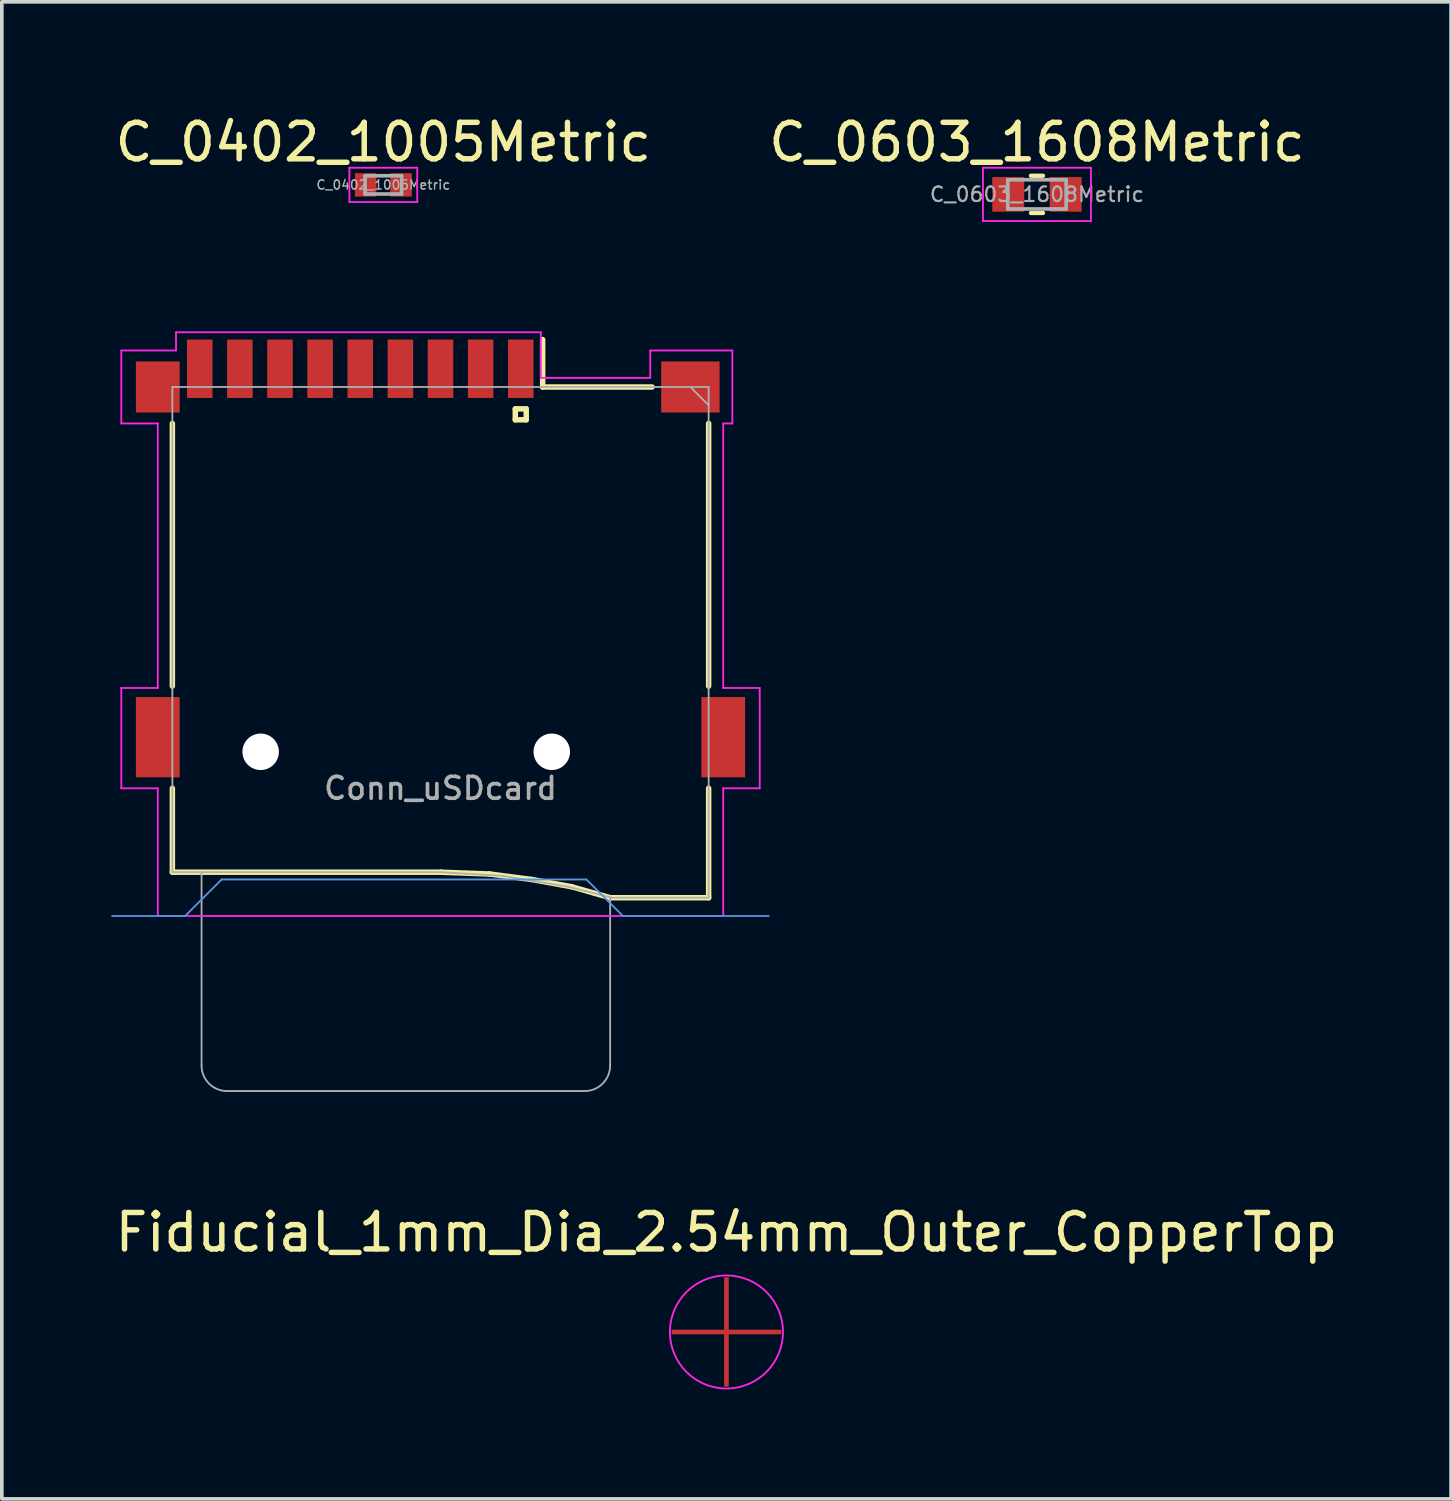
<source format=kicad_pcb>
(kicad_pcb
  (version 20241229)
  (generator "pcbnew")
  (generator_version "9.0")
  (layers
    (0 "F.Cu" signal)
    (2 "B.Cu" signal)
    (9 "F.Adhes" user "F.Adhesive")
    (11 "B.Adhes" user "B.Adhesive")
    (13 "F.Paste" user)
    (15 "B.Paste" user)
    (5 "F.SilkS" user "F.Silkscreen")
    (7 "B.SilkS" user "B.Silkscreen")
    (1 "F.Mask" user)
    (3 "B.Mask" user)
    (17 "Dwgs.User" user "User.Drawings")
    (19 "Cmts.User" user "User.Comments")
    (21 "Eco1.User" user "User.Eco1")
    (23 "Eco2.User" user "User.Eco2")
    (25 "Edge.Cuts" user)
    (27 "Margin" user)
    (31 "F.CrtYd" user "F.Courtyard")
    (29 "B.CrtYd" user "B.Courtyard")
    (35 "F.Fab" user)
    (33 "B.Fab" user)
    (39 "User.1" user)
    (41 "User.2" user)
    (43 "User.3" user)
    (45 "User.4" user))
  (footprint "C_0603_1608Metric"
    (layer "F.Cu")
    (at 25.375 2.278)
    (property "Reference" "C_0603_1608Metric" (at 0 -1.43 0) (layer "F.SilkS") (effects (font (size 1 1) (thickness 0.15))))
    (attr smd)
    (fp_line (start -0.163 -0.51) (end 0.163 -0.51) (stroke (width 0.12) (type solid)) (layer "F.SilkS"))
    (fp_line (start -0.163 0.51) (end 0.163 0.51) (stroke (width 0.12) (type solid)) (layer "F.SilkS"))
    (fp_line (start -1.48 -0.73) (end 1.48 -0.73) (stroke (width 0.05) (type solid)) (layer "F.CrtYd"))
    (fp_line (start -1.48 0.73) (end -1.48 -0.73) (stroke (width 0.05) (type solid)) (layer "F.CrtYd"))
    (fp_line (start 1.48 -0.73) (end 1.48 0.73) (stroke (width 0.05) (type solid)) (layer "F.CrtYd"))
    (fp_line (start 1.48 0.73) (end -1.48 0.73) (stroke (width 0.05) (type solid)) (layer "F.CrtYd"))
    (fp_line (start -0.8 -0.4) (end 0.8 -0.4) (stroke (width 0.1) (type solid)) (layer "F.Fab"))
    (fp_line (start -0.8 0.4) (end -0.8 -0.4) (stroke (width 0.1) (type solid)) (layer "F.Fab"))
    (fp_line (start 0.8 -0.4) (end 0.8 0.4) (stroke (width 0.1) (type solid)) (layer "F.Fab"))
    (fp_line (start 0.8 0.4) (end -0.8 0.4) (stroke (width 0.1) (type solid)) (layer "F.Fab"))
    (fp_text user "${REFERENCE}" (at 0 0 0) (layer "F.Fab") (effects (font (size 0.4 0.4) (thickness 0.06))))
    (pad "1" smd rect (at -0.787 0) (size 0.875 0.95) (layers "F.Cu" "F.Mask" "F.Paste"))
    (pad "2" smd rect (at 0.787 0) (size 0.875 0.95) (layers "F.Cu" "F.Mask" "F.Paste")))
  (footprint "Conn_uSDcard"
    (layer "F.Cu")
    (at 9.025 17.558)
    (property "Reference" "Conn_uSDcard" (at 0 1 180) (layer "F.Fab") (effects (font (size 0.6 0.6) (thickness 0.1))))
    (attr smd)
    (fp_line (start -7.35 -1.8) (end -7.35 -9) (stroke (width 0.15) (type solid)) (layer "F.SilkS"))
    (fp_line (start -7.35 1) (end -7.35 3.3) (stroke (width 0.15) (type solid)) (layer "F.SilkS"))
    (fp_line (start -7.35 3.3) (end 0 3.3) (stroke (width 0.15) (type solid)) (layer "F.SilkS"))
    (fp_line (start 0 3.3) (end 1.35 3.35) (stroke (width 0.15) (type solid)) (layer "F.SilkS"))
    (fp_line (start 1.35 3.35) (end 2.5 3.5) (stroke (width 0.15) (type solid)) (layer "F.SilkS"))
    (fp_line (start 2.05 -9.4) (end 2.05 -9.1) (stroke (width 0.15) (type solid)) (layer "F.SilkS"))
    (fp_line (start 2.05 -9.1) (end 2.35 -9.1) (stroke (width 0.15) (type solid)) (layer "F.SilkS"))
    (fp_line (start 2.35 -9.4) (end 2.05 -9.4) (stroke (width 0.15) (type solid)) (layer "F.SilkS"))
    (fp_line (start 2.35 -9.1) (end 2.35 -9.4) (stroke (width 0.15) (type solid)) (layer "F.SilkS"))
    (fp_line (start 2.5 3.5) (end 3.6 3.7) (stroke (width 0.15) (type solid)) (layer "F.SilkS"))
    (fp_line (start 2.8 -10) (end 2.8 -11.3) (stroke (width 0.15) (type solid)) (layer "F.SilkS"))
    (fp_line (start 2.8 -10) (end 5.8 -10) (stroke (width 0.15) (type solid)) (layer "F.SilkS"))
    (fp_line (start 3.6 3.7) (end 4.65 4) (stroke (width 0.15) (type solid)) (layer "F.SilkS"))
    (fp_line (start 4.65 4) (end 7.35 4) (stroke (width 0.15) (type solid)) (layer "F.SilkS"))
    (fp_line (start 7.35 -9) (end 7.35 -1.8) (stroke (width 0.15) (type solid)) (layer "F.SilkS"))
    (fp_line (start 7.35 4) (end 7.35 1) (stroke (width 0.15) (type solid)) (layer "F.SilkS"))
    (fp_line (start -9 4.5) (end -7 4.5) (stroke (width 0.05) (type solid)) (layer "Cmts.User"))
    (fp_line (start -7 4.5) (end -6 3.5) (stroke (width 0.05) (type solid)) (layer "Cmts.User"))
    (fp_line (start -6 3.5) (end 4 3.5) (stroke (width 0.05) (type solid)) (layer "Cmts.User"))
    (fp_line (start 4 3.5) (end 5 4.5) (stroke (width 0.05) (type solid)) (layer "Cmts.User"))
    (fp_line (start 5 4.5) (end 9 4.5) (stroke (width 0.05) (type solid)) (layer "Cmts.User"))
    (fp_line (start -8.75 -11) (end -7.25 -11) (stroke (width 0.05) (type solid)) (layer "F.CrtYd"))
    (fp_line (start -8.75 -9) (end -8.75 -11) (stroke (width 0.05) (type solid)) (layer "F.CrtYd"))
    (fp_line (start -8.75 -1.75) (end -7.75 -1.75) (stroke (width 0.05) (type solid)) (layer "F.CrtYd"))
    (fp_line (start -8.75 1) (end -8.75 -1.75) (stroke (width 0.05) (type solid)) (layer "F.CrtYd"))
    (fp_line (start -7.75 -9) (end -8.75 -9) (stroke (width 0.05) (type solid)) (layer "F.CrtYd"))
    (fp_line (start -7.75 -1.75) (end -7.75 -9) (stroke (width 0.05) (type solid)) (layer "F.CrtYd"))
    (fp_line (start -7.75 1) (end -8.75 1) (stroke (width 0.05) (type solid)) (layer "F.CrtYd"))
    (fp_line (start -7.75 4.5) (end -7.75 1) (stroke (width 0.05) (type solid)) (layer "F.CrtYd"))
    (fp_line (start -7.75 4.5) (end 7.75 4.5) (stroke (width 0.05) (type solid)) (layer "F.CrtYd"))
    (fp_line (start -7.25 -11.5) (end 2.75 -11.5) (stroke (width 0.05) (type solid)) (layer "F.CrtYd"))
    (fp_line (start -7.25 -11) (end -7.25 -11.5) (stroke (width 0.05) (type solid)) (layer "F.CrtYd"))
    (fp_line (start 2.75 -11.5) (end 2.75 -10.25) (stroke (width 0.05) (type solid)) (layer "F.CrtYd"))
    (fp_line (start 2.75 -10.25) (end 5.75 -10.25) (stroke (width 0.05) (type solid)) (layer "F.CrtYd"))
    (fp_line (start 5.75 -11) (end 8 -11) (stroke (width 0.05) (type solid)) (layer "F.CrtYd"))
    (fp_line (start 5.75 -10.25) (end 5.75 -11) (stroke (width 0.05) (type solid)) (layer "F.CrtYd"))
    (fp_line (start 7.75 -9) (end 7.75 -1.75) (stroke (width 0.05) (type solid)) (layer "F.CrtYd"))
    (fp_line (start 7.75 -1.75) (end 8.75 -1.75) (stroke (width 0.05) (type solid)) (layer "F.CrtYd"))
    (fp_line (start 7.75 1) (end 7.75 4.5) (stroke (width 0.05) (type solid)) (layer "F.CrtYd"))
    (fp_line (start 8 -11) (end 8 -9) (stroke (width 0.05) (type solid)) (layer "F.CrtYd"))
    (fp_line (start 8 -9) (end 7.75 -9) (stroke (width 0.05) (type solid)) (layer "F.CrtYd"))
    (fp_line (start 8.75 -1.75) (end 8.75 1) (stroke (width 0.05) (type solid)) (layer "F.CrtYd"))
    (fp_line (start 8.75 1) (end 7.75 1) (stroke (width 0.05) (type solid)) (layer "F.CrtYd"))
    (fp_line (start -7.35 -10) (end -7.35 3.3) (stroke (width 0.05) (type solid)) (layer "F.Fab"))
    (fp_line (start -7.35 -10) (end 7.35 -10) (stroke (width 0.05) (type solid)) (layer "F.Fab"))
    (fp_line (start -7.35 3.3) (end 0 3.3) (stroke (width 0.05) (type solid)) (layer "F.Fab"))
    (fp_line (start -6.55 8.6) (end -6.55 3.3) (stroke (width 0.05) (type solid)) (layer "F.Fab"))
    (fp_line (start -5.85 9.3) (end 3.95 9.3) (stroke (width 0.05) (type solid)) (layer "F.Fab"))
    (fp_line (start 0 3.3) (end 1.7 3.4) (stroke (width 0.05) (type solid)) (layer "F.Fab"))
    (fp_line (start 1.7 3.4) (end 3.5 3.7) (stroke (width 0.05) (type solid)) (layer "F.Fab"))
    (fp_line (start 3.5 3.7) (end 4.7 4) (stroke (width 0.05) (type solid)) (layer "F.Fab"))
    (fp_line (start 4.65 4) (end 7.35 4) (stroke (width 0.05) (type solid)) (layer "F.Fab"))
    (fp_line (start 4.65 8.6) (end 4.65 4) (stroke (width 0.05) (type solid)) (layer "F.Fab"))
    (fp_line (start 7.35 -10) (end 7.35 4) (stroke (width 0.05) (type solid)) (layer "F.Fab"))
    (fp_line (start 7.35 -9.5) (end 6.85 -10) (stroke (width 0.05) (type solid)) (layer "F.Fab"))
    (fp_arc (start -5.85 9.3) (mid -6.344975 9.094975) (end -6.55 8.6) (stroke (width 0.05) (type solid)) (layer "F.Fab"))
    (fp_arc (start 4.65 8.6) (mid 4.444975 9.094975) (end 3.95 9.3) (stroke (width 0.05) (type solid)) (layer "F.Fab"))
    (fp_text user "${REFERENCE}" (at 2.1 -9.35 180) (layer "Eco1.User") (effects (font (size 0.3 0.3) (thickness 0.03))))
    (pad "" np_thru_hole circle (at -4.93 0) (size 1 1) (drill 1) (layers "*.Cu"))
    (pad "" np_thru_hole circle (at 3.05 0) (size 1 1) (drill 1) (layers "*.Cu"))
    (pad "1" smd rect (at 2.2 -10.5) (size 0.7 1.6) (layers "F.Cu" "F.Mask" "F.Paste"))
    (pad "2" smd rect (at 1.1 -10.5) (size 0.7 1.6) (layers "F.Cu" "F.Mask" "F.Paste"))
    (pad "3" smd rect (at 0 -10.5) (size 0.7 1.6) (layers "F.Cu" "F.Mask" "F.Paste"))
    (pad "4" smd rect (at -1.1 -10.5) (size 0.7 1.6) (layers "F.Cu" "F.Mask" "F.Paste"))
    (pad "5" smd rect (at -2.2 -10.5) (size 0.7 1.6) (layers "F.Cu" "F.Mask" "F.Paste"))
    (pad "6" smd rect (at -7.75 -10) (size 1.2 1.4) (layers "F.Cu" "F.Mask" "F.Paste"))
    (pad "6" smd rect (at -7.75 -0.4) (size 1.2 2.2) (layers "F.Cu" "F.Mask" "F.Paste"))
    (pad "6" smd rect (at -3.3 -10.5) (size 0.7 1.6) (layers "F.Cu" "F.Mask" "F.Paste"))
    (pad "6" smd rect (at 6.85 -10) (size 1.6 1.4) (layers "F.Cu" "F.Mask" "F.Paste"))
    (pad "6" smd rect (at 7.75 -0.4) (size 1.2 2.2) (layers "F.Cu" "F.Mask" "F.Paste"))
    (pad "7" smd rect (at -4.4 -10.5) (size 0.7 1.6) (layers "F.Cu" "F.Mask" "F.Paste"))
    (pad "8" smd rect (at -5.5 -10.5) (size 0.7 1.6) (layers "F.Cu" "F.Mask" "F.Paste"))
    (pad "9" smd rect (at -6.6 -10.5) (size 0.7 1.6) (layers "F.Cu" "F.Mask" "F.Paste")))
  (footprint "C_0402_1005Metric"
    (layer "F.Cu")
    (at 7.458 2.018)
    (property "Reference" "C_0402_1005Metric" (at 0 -1.17 0) (layer "F.SilkS") (effects (font (size 1 1) (thickness 0.15))))
    (attr smd)
    (fp_line (start -0.93 -0.47) (end 0.93 -0.47) (stroke (width 0.05) (type solid)) (layer "F.CrtYd"))
    (fp_line (start -0.93 0.47) (end -0.93 -0.47) (stroke (width 0.05) (type solid)) (layer "F.CrtYd"))
    (fp_line (start 0.93 -0.47) (end 0.93 0.47) (stroke (width 0.05) (type solid)) (layer "F.CrtYd"))
    (fp_line (start 0.93 0.47) (end -0.93 0.47) (stroke (width 0.05) (type solid)) (layer "F.CrtYd"))
    (fp_line (start -0.5 -0.25) (end 0.5 -0.25) (stroke (width 0.1) (type solid)) (layer "F.Fab"))
    (fp_line (start -0.5 0.25) (end -0.5 -0.25) (stroke (width 0.1) (type solid)) (layer "F.Fab"))
    (fp_line (start 0.5 -0.25) (end 0.5 0.25) (stroke (width 0.1) (type solid)) (layer "F.Fab"))
    (fp_line (start 0.5 0.25) (end -0.5 0.25) (stroke (width 0.1) (type solid)) (layer "F.Fab"))
    (fp_text user "${REFERENCE}" (at 0 0 0) (layer "F.Fab") (effects (font (size 0.25 0.25) (thickness 0.04))))
    (pad "1" smd rect (at -0.485 0) (size 0.59 0.64) (layers "F.Cu" "F.Mask" "F.Paste"))
    (pad "2" smd rect (at 0.485 0) (size 0.59 0.64) (layers "F.Cu" "F.Mask" "F.Paste")))
  (footprint "Fiducial_1mm_Dia_2.54mm_Outer_CopperTop"
    (layer "F.Cu")
    (at 16.863 33.462)
    (property "Reference" "Fiducial_1mm_Dia_2.54mm_Outer_CopperTop" (at 0 -2.731 0) (layer "F.SilkS") (effects (font (size 1 1) (thickness 0.15))))
    (attr smd)
    (fp_circle (center 0 0) (end 1.55 0) (stroke (width 0.05) (type solid)) (fill no) (layer "F.CrtYd"))
    (pad "~" smd rect (at 0 0) (size 0.127 3) (layers "F.Cu" "F.Mask" "F.Paste"))
    (pad "~" smd rect (at 0 0) (size 3 0.127) (layers "F.Cu" "F.Mask" "F.Paste")))
  (gr_rect
    (start -3 -3)
    (end 36.726 38.037)
    (stroke (width 0.1) (type default))
    (fill no)
    (layer "Edge.Cuts")))
</source>
